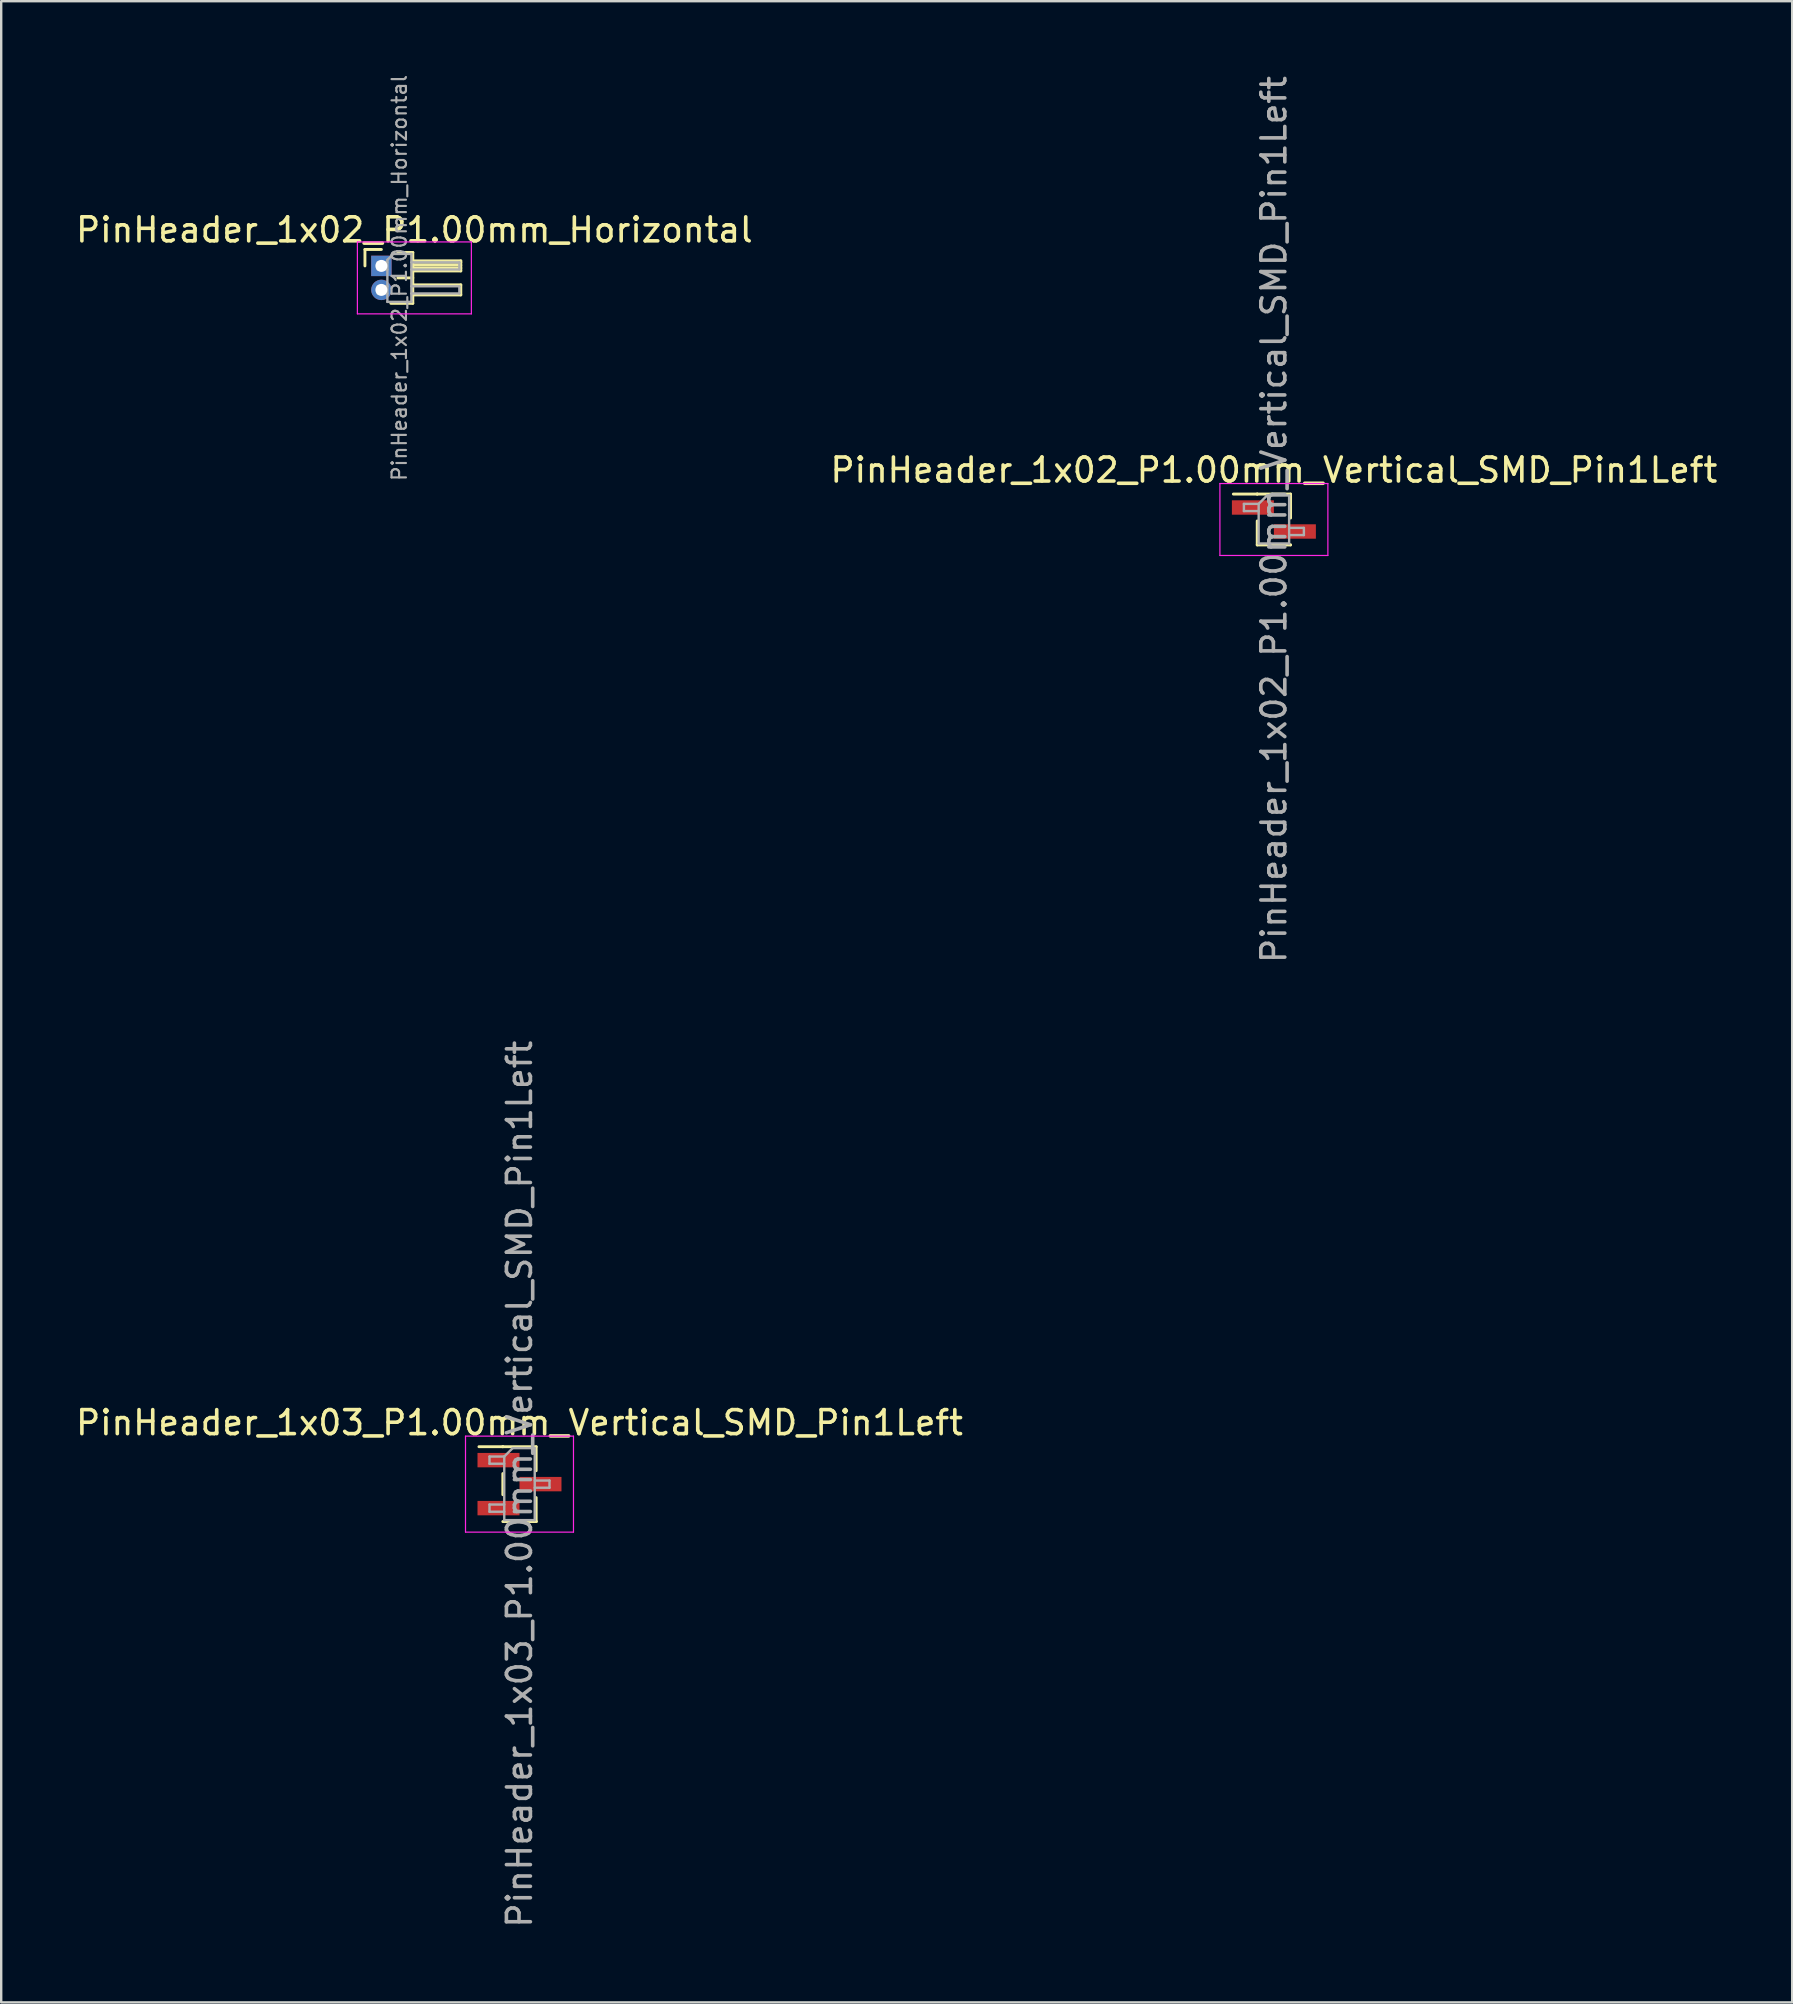
<source format=kicad_pcb>
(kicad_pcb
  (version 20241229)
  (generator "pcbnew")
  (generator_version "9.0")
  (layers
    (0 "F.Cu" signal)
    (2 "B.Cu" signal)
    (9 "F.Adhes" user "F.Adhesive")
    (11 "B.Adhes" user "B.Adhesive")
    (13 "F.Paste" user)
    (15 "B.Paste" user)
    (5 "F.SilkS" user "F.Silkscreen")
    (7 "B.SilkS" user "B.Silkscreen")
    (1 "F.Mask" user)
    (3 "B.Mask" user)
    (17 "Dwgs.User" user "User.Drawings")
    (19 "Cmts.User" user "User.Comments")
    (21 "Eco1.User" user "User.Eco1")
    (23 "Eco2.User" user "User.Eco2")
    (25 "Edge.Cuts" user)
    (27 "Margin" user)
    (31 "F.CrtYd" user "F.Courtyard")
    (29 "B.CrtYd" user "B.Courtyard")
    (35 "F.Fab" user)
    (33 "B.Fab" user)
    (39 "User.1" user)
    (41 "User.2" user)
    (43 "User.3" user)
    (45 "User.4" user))
  (footprint "PinHeader_1x02_P1.00mm_Horizontal"
    (layer "F.Cu")
    (at 12.845 8.032)
    (property "Reference" "PinHeader_1x02_P1.00mm_Horizontal" (at 1.375 -1.5 0) (layer "F.SilkS") (effects (font (size 1 1) (thickness 0.15))))
    (attr through_hole)
    (fp_line (start -0.685 -0.685) (end 0 -0.685) (stroke (width 0.12) (type solid)) (layer "F.SilkS"))
    (fp_line (start -0.685 0) (end -0.685 -0.685) (stroke (width 0.12) (type solid)) (layer "F.SilkS"))
    (fp_line (start 0.685 -0.56) (end 1.31 -0.56) (stroke (width 0.12) (type solid)) (layer "F.SilkS"))
    (fp_line (start 0.685 0.5) (end 1.31 0.5) (stroke (width 0.12) (type solid)) (layer "F.SilkS"))
    (fp_line (start 1.31 -0.56) (end 1.31 1.56) (stroke (width 0.12) (type solid)) (layer "F.SilkS"))
    (fp_line (start 1.31 -0.21) (end 3.31 -0.21) (stroke (width 0.12) (type solid)) (layer "F.SilkS"))
    (fp_line (start 1.31 -0.15) (end 3.31 -0.15) (stroke (width 0.12) (type solid)) (layer "F.SilkS"))
    (fp_line (start 1.31 -0.03) (end 3.31 -0.03) (stroke (width 0.12) (type solid)) (layer "F.SilkS"))
    (fp_line (start 1.31 0.09) (end 3.31 0.09) (stroke (width 0.12) (type solid)) (layer "F.SilkS"))
    (fp_line (start 1.31 0.79) (end 3.31 0.79) (stroke (width 0.12) (type solid)) (layer "F.SilkS"))
    (fp_line (start 1.31 1.56) (end 0.394 1.56) (stroke (width 0.12) (type solid)) (layer "F.SilkS"))
    (fp_line (start 3.31 -0.21) (end 3.31 0.21) (stroke (width 0.12) (type solid)) (layer "F.SilkS"))
    (fp_line (start 3.31 0.21) (end 1.31 0.21) (stroke (width 0.12) (type solid)) (layer "F.SilkS"))
    (fp_line (start 3.31 0.79) (end 3.31 1.21) (stroke (width 0.12) (type solid)) (layer "F.SilkS"))
    (fp_line (start 3.31 1.21) (end 1.31 1.21) (stroke (width 0.12) (type solid)) (layer "F.SilkS"))
    (fp_line (start -1 -1) (end -1 2) (stroke (width 0.05) (type solid)) (layer "F.CrtYd"))
    (fp_line (start -1 2) (end 3.75 2) (stroke (width 0.05) (type solid)) (layer "F.CrtYd"))
    (fp_line (start 3.75 -1) (end -1 -1) (stroke (width 0.05) (type solid)) (layer "F.CrtYd"))
    (fp_line (start 3.75 2) (end 3.75 -1) (stroke (width 0.05) (type solid)) (layer "F.CrtYd"))
    (fp_line (start -0.15 -0.15) (end -0.15 0.15) (stroke (width 0.1) (type solid)) (layer "F.Fab"))
    (fp_line (start -0.15 -0.15) (end 0.25 -0.15) (stroke (width 0.1) (type solid)) (layer "F.Fab"))
    (fp_line (start -0.15 0.15) (end 0.25 0.15) (stroke (width 0.1) (type solid)) (layer "F.Fab"))
    (fp_line (start -0.15 0.85) (end -0.15 1.15) (stroke (width 0.1) (type solid)) (layer "F.Fab"))
    (fp_line (start -0.15 0.85) (end 0.25 0.85) (stroke (width 0.1) (type solid)) (layer "F.Fab"))
    (fp_line (start -0.15 1.15) (end 0.25 1.15) (stroke (width 0.1) (type solid)) (layer "F.Fab"))
    (fp_line (start 0.25 -0.25) (end 0.5 -0.5) (stroke (width 0.1) (type solid)) (layer "F.Fab"))
    (fp_line (start 0.25 1.5) (end 0.25 -0.25) (stroke (width 0.1) (type solid)) (layer "F.Fab"))
    (fp_line (start 0.5 -0.5) (end 1.25 -0.5) (stroke (width 0.1) (type solid)) (layer "F.Fab"))
    (fp_line (start 1.25 -0.5) (end 1.25 1.5) (stroke (width 0.1) (type solid)) (layer "F.Fab"))
    (fp_line (start 1.25 -0.15) (end 3.25 -0.15) (stroke (width 0.1) (type solid)) (layer "F.Fab"))
    (fp_line (start 1.25 0.15) (end 3.25 0.15) (stroke (width 0.1) (type solid)) (layer "F.Fab"))
    (fp_line (start 1.25 0.85) (end 3.25 0.85) (stroke (width 0.1) (type solid)) (layer "F.Fab"))
    (fp_line (start 1.25 1.15) (end 3.25 1.15) (stroke (width 0.1) (type solid)) (layer "F.Fab"))
    (fp_line (start 1.25 1.5) (end 0.25 1.5) (stroke (width 0.1) (type solid)) (layer "F.Fab"))
    (fp_line (start 3.25 -0.15) (end 3.25 0.15) (stroke (width 0.1) (type solid)) (layer "F.Fab"))
    (fp_line (start 3.25 0.85) (end 3.25 1.15) (stroke (width 0.1) (type solid)) (layer "F.Fab"))
    (fp_text user "${REFERENCE}" (at 0.75 0.5 90) (layer "F.Fab") (effects (font (size 0.6 0.6) (thickness 0.09))))
    (pad "1" thru_hole rect (at 0 0) (size 0.85 0.85) (drill 0.5) (layers "*.Cu" "*.Mask"))
    (pad "2" thru_hole oval (at 0 1) (size 0.85 0.85) (drill 0.5) (layers "*.Cu" "*.Mask")))
  (footprint "PinHeader_1x03_P1.00mm_Vertical_SMD_Pin1Left"
    (layer "F.Cu")
    (at 18.601 58.804)
    (property "Reference" "PinHeader_1x03_P1.00mm_Vertical_SMD_Pin1Left" (at 0 -2.56 0) (layer "F.SilkS") (effects (font (size 1 1) (thickness 0.15))))
    (attr smd)
    (fp_line (start -0.695 -1.56) (end -1.69 -1.56) (stroke (width 0.12) (type solid)) (layer "F.SilkS"))
    (fp_line (start -0.695 -1.56) (end -0.695 -1.56) (stroke (width 0.12) (type solid)) (layer "F.SilkS"))
    (fp_line (start -0.695 -1.56) (end 0.695 -1.56) (stroke (width 0.12) (type solid)) (layer "F.SilkS"))
    (fp_line (start -0.695 -0.44) (end -0.695 0.44) (stroke (width 0.12) (type solid)) (layer "F.SilkS"))
    (fp_line (start -0.695 1.56) (end 0.695 1.56) (stroke (width 0.12) (type solid)) (layer "F.SilkS"))
    (fp_line (start 0.695 -1.56) (end 0.695 -0.56) (stroke (width 0.12) (type solid)) (layer "F.SilkS"))
    (fp_line (start 0.695 0.56) (end 0.695 1.56) (stroke (width 0.12) (type solid)) (layer "F.SilkS"))
    (fp_line (start 0.695 1.56) (end 0.695 1.56) (stroke (width 0.12) (type solid)) (layer "F.SilkS"))
    (fp_line (start -2.25 -2) (end -2.25 2) (stroke (width 0.05) (type solid)) (layer "F.CrtYd"))
    (fp_line (start -2.25 2) (end 2.25 2) (stroke (width 0.05) (type solid)) (layer "F.CrtYd"))
    (fp_line (start 2.25 -2) (end -2.25 -2) (stroke (width 0.05) (type solid)) (layer "F.CrtYd"))
    (fp_line (start 2.25 2) (end 2.25 -2) (stroke (width 0.05) (type solid)) (layer "F.CrtYd"))
    (fp_line (start -1.25 -1.15) (end -1.25 -0.85) (stroke (width 0.1) (type solid)) (layer "F.Fab"))
    (fp_line (start -1.25 -0.85) (end -0.635 -0.85) (stroke (width 0.1) (type solid)) (layer "F.Fab"))
    (fp_line (start -1.25 0.85) (end -1.25 1.15) (stroke (width 0.1) (type solid)) (layer "F.Fab"))
    (fp_line (start -1.25 1.15) (end -0.635 1.15) (stroke (width 0.1) (type solid)) (layer "F.Fab"))
    (fp_line (start -0.635 -1.15) (end -1.25 -1.15) (stroke (width 0.1) (type solid)) (layer "F.Fab"))
    (fp_line (start -0.635 -1.15) (end -0.285 -1.5) (stroke (width 0.1) (type solid)) (layer "F.Fab"))
    (fp_line (start -0.635 0.85) (end -1.25 0.85) (stroke (width 0.1) (type solid)) (layer "F.Fab"))
    (fp_line (start -0.635 1.5) (end -0.635 -1.15) (stroke (width 0.1) (type solid)) (layer "F.Fab"))
    (fp_line (start -0.285 -1.5) (end 0.635 -1.5) (stroke (width 0.1) (type solid)) (layer "F.Fab"))
    (fp_line (start 0.635 -1.5) (end 0.635 1.5) (stroke (width 0.1) (type solid)) (layer "F.Fab"))
    (fp_line (start 0.635 -0.15) (end 1.25 -0.15) (stroke (width 0.1) (type solid)) (layer "F.Fab"))
    (fp_line (start 0.635 1.5) (end -0.635 1.5) (stroke (width 0.1) (type solid)) (layer "F.Fab"))
    (fp_line (start 1.25 -0.15) (end 1.25 0.15) (stroke (width 0.1) (type solid)) (layer "F.Fab"))
    (fp_line (start 1.25 0.15) (end 0.635 0.15) (stroke (width 0.1) (type solid)) (layer "F.Fab"))
    (fp_text user "${REFERENCE}" (at 0 0 90) (layer "F.Fab") (effects (font (size 1 1) (thickness 0.15))))
    (pad "1" smd rect (at -0.875 -1) (size 1.75 0.6) (layers "F.Cu" "F.Mask" "F.Paste"))
    (pad "2" smd rect (at 0.875 0) (size 1.75 0.6) (layers "F.Cu" "F.Mask" "F.Paste"))
    (pad "3" smd rect (at -0.875 1) (size 1.75 0.6) (layers "F.Cu" "F.Mask" "F.Paste")))
  (footprint "PinHeader_1x02_P1.00mm_Vertical_SMD_Pin1Left"
    (layer "F.Cu")
    (at 50.042 18.601)
    (property "Reference" "PinHeader_1x02_P1.00mm_Vertical_SMD_Pin1Left" (at 0 -2.06 0) (layer "F.SilkS") (effects (font (size 1 1) (thickness 0.15))))
    (attr smd)
    (fp_line (start -0.695 -1.06) (end -1.69 -1.06) (stroke (width 0.12) (type solid)) (layer "F.SilkS"))
    (fp_line (start -0.695 -1.06) (end -0.695 -1.06) (stroke (width 0.12) (type solid)) (layer "F.SilkS"))
    (fp_line (start -0.695 -1.06) (end 0.695 -1.06) (stroke (width 0.12) (type solid)) (layer "F.SilkS"))
    (fp_line (start -0.695 0.06) (end -0.695 1.06) (stroke (width 0.12) (type solid)) (layer "F.SilkS"))
    (fp_line (start -0.695 1.06) (end 0.695 1.06) (stroke (width 0.12) (type solid)) (layer "F.SilkS"))
    (fp_line (start 0.695 -1.06) (end 0.695 -0.06) (stroke (width 0.12) (type solid)) (layer "F.SilkS"))
    (fp_line (start 0.695 1.06) (end 0.695 1.06) (stroke (width 0.12) (type solid)) (layer "F.SilkS"))
    (fp_line (start -2.25 -1.5) (end -2.25 1.5) (stroke (width 0.05) (type solid)) (layer "F.CrtYd"))
    (fp_line (start -2.25 1.5) (end 2.25 1.5) (stroke (width 0.05) (type solid)) (layer "F.CrtYd"))
    (fp_line (start 2.25 -1.5) (end -2.25 -1.5) (stroke (width 0.05) (type solid)) (layer "F.CrtYd"))
    (fp_line (start 2.25 1.5) (end 2.25 -1.5) (stroke (width 0.05) (type solid)) (layer "F.CrtYd"))
    (fp_line (start -1.25 -0.65) (end -1.25 -0.35) (stroke (width 0.1) (type solid)) (layer "F.Fab"))
    (fp_line (start -1.25 -0.35) (end -0.635 -0.35) (stroke (width 0.1) (type solid)) (layer "F.Fab"))
    (fp_line (start -0.635 -0.65) (end -1.25 -0.65) (stroke (width 0.1) (type solid)) (layer "F.Fab"))
    (fp_line (start -0.635 -0.65) (end -0.285 -1) (stroke (width 0.1) (type solid)) (layer "F.Fab"))
    (fp_line (start -0.635 1) (end -0.635 -0.65) (stroke (width 0.1) (type solid)) (layer "F.Fab"))
    (fp_line (start -0.285 -1) (end 0.635 -1) (stroke (width 0.1) (type solid)) (layer "F.Fab"))
    (fp_line (start 0.635 -1) (end 0.635 1) (stroke (width 0.1) (type solid)) (layer "F.Fab"))
    (fp_line (start 0.635 0.35) (end 1.25 0.35) (stroke (width 0.1) (type solid)) (layer "F.Fab"))
    (fp_line (start 0.635 1) (end -0.635 1) (stroke (width 0.1) (type solid)) (layer "F.Fab"))
    (fp_line (start 1.25 0.35) (end 1.25 0.65) (stroke (width 0.1) (type solid)) (layer "F.Fab"))
    (fp_line (start 1.25 0.65) (end 0.635 0.65) (stroke (width 0.1) (type solid)) (layer "F.Fab"))
    (fp_text user "${REFERENCE}" (at 0 0 90) (layer "F.Fab") (effects (font (size 1 1) (thickness 0.15))))
    (pad "1" smd rect (at -0.875 -0.5) (size 1.75 0.6) (layers "F.Cu" "F.Mask" "F.Paste"))
    (pad "2" smd rect (at 0.875 0.5) (size 1.75 0.6) (layers "F.Cu" "F.Mask" "F.Paste")))
  (gr_rect
    (start -3 -3)
    (end 71.643 80.405)
    (stroke (width 0.1) (type default))
    (fill no)
    (layer "Edge.Cuts")))
</source>
